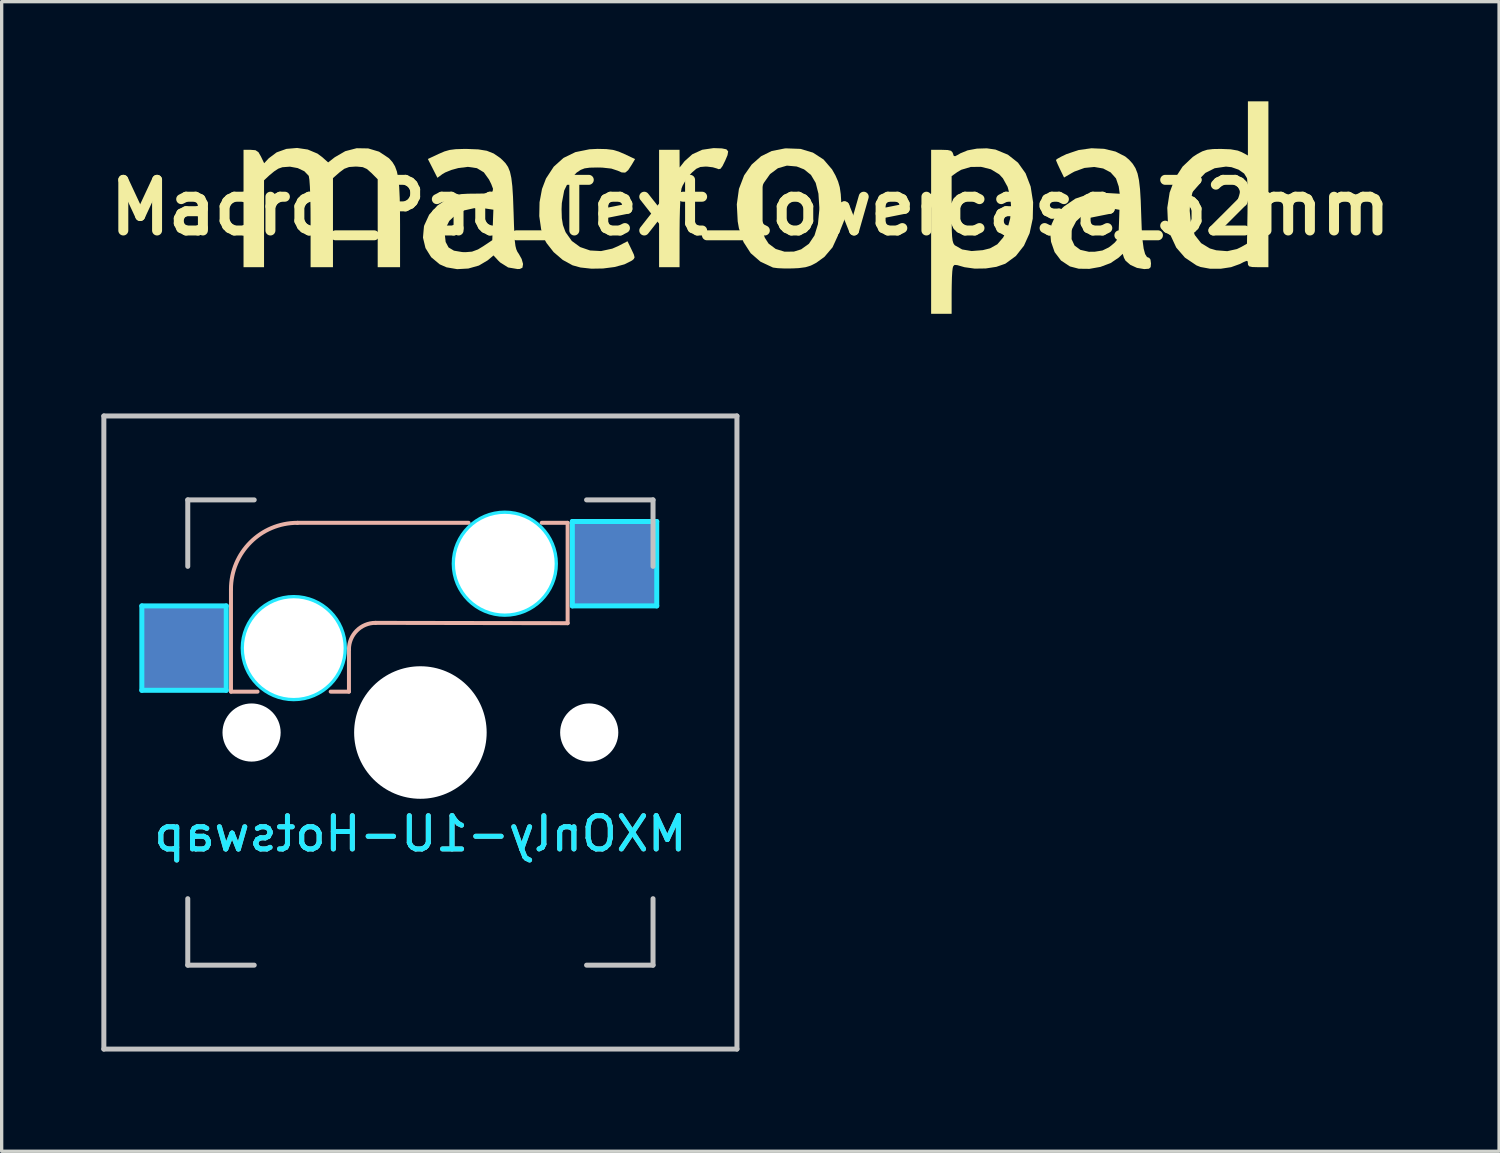
<source format=kicad_pcb>
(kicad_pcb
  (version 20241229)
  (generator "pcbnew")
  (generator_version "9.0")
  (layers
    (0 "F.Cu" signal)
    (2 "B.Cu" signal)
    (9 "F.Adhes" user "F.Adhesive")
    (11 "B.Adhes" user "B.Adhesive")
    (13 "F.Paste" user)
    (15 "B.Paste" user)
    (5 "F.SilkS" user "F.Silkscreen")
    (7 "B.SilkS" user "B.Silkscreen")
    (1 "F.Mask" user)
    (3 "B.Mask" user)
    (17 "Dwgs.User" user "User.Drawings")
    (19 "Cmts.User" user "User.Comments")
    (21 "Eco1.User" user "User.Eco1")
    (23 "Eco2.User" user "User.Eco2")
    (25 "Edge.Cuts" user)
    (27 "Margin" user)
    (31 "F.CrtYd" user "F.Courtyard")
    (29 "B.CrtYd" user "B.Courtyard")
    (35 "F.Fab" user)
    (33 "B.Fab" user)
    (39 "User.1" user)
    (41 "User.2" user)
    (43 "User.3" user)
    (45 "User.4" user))
  (footprint "MXOnly-1U-Hotswap"
    (layer "F.Cu")
    (at 9.6 18.992)
    (property "Reference" "MXOnly-1U-Hotswap" (at 0 3.048 0) (layer "B.CrtYd") (effects (font (size 1 1) (thickness 0.15)) (justify mirror)))
    (attr smd)
    (fp_line (start -5.7 -1.23) (end -5.7 -4.31) (stroke (width 0.12) (type solid)) (layer "B.SilkS"))
    (fp_line (start -5.7 -1.23) (end -4.9 -1.23) (stroke (width 0.12) (type solid)) (layer "B.SilkS"))
    (fp_line (start -3.7 -6.31) (end 1.45 -6.31) (stroke (width 0.12) (type solid)) (layer "B.SilkS"))
    (fp_line (start -2.15 -1.23) (end -2.7 -1.23) (stroke (width 0.12) (type solid)) (layer "B.SilkS"))
    (fp_line (start -2.15 -1.23) (end -2.15 -2.5) (stroke (width 0.12) (type solid)) (layer "B.SilkS"))
    (fp_line (start 4.43 -6.31) (end 3.65 -6.31) (stroke (width 0.12) (type solid)) (layer "B.SilkS"))
    (fp_line (start 4.43 -6.31) (end 4.43 -3.29) (stroke (width 0.12) (type solid)) (layer "B.SilkS"))
    (fp_line (start 4.43 -3.29) (end -1.35 -3.3) (stroke (width 0.12) (type solid)) (layer "B.SilkS"))
    (fp_arc (start -5.7 -4.31) (mid -5.114214 -5.724214) (end -3.7 -6.31) (stroke (width 0.12) (type solid)) (layer "B.SilkS"))
    (fp_arc (start -2.15 -2.5) (mid -1.915685 -3.065685) (end -1.35 -3.3) (stroke (width 0.12) (type solid)) (layer "B.SilkS"))
    (fp_line (start -9.525 -9.525) (end 9.525 -9.525) (stroke (width 0.15) (type solid)) (layer "Dwgs.User"))
    (fp_line (start -9.525 9.525) (end -9.525 -9.525) (stroke (width 0.15) (type solid)) (layer "Dwgs.User"))
    (fp_line (start -7 -7) (end -7 -5) (stroke (width 0.15) (type solid)) (layer "Dwgs.User"))
    (fp_line (start -7 5) (end -7 7) (stroke (width 0.15) (type solid)) (layer "Dwgs.User"))
    (fp_line (start -7 7) (end -5 7) (stroke (width 0.15) (type solid)) (layer "Dwgs.User"))
    (fp_line (start -5 -7) (end -7 -7) (stroke (width 0.15) (type solid)) (layer "Dwgs.User"))
    (fp_line (start 5 -7) (end 7 -7) (stroke (width 0.15) (type solid)) (layer "Dwgs.User"))
    (fp_line (start 5 7) (end 7 7) (stroke (width 0.15) (type solid)) (layer "Dwgs.User"))
    (fp_line (start 7 -7) (end 7 -5) (stroke (width 0.15) (type solid)) (layer "Dwgs.User"))
    (fp_line (start 7 7) (end 7 5) (stroke (width 0.15) (type solid)) (layer "Dwgs.User"))
    (fp_line (start 9.525 -9.525) (end 9.525 9.525) (stroke (width 0.15) (type solid)) (layer "Dwgs.User"))
    (fp_line (start 9.525 9.525) (end -9.525 9.525) (stroke (width 0.15) (type solid)) (layer "Dwgs.User"))
    (fp_line (start -8.382 -3.81) (end -8.382 -1.27) (stroke (width 0.15) (type solid)) (layer "B.CrtYd"))
    (fp_line (start -8.382 -1.27) (end -5.842 -1.27) (stroke (width 0.15) (type solid)) (layer "B.CrtYd"))
    (fp_line (start -5.842 -3.81) (end -8.382 -3.81) (stroke (width 0.15) (type solid)) (layer "B.CrtYd"))
    (fp_line (start -5.842 -1.27) (end -5.842 -3.81) (stroke (width 0.15) (type solid)) (layer "B.CrtYd"))
    (fp_line (start 4.572 -6.35) (end 7.112 -6.35) (stroke (width 0.15) (type solid)) (layer "B.CrtYd"))
    (fp_line (start 4.572 -3.81) (end 4.572 -6.35) (stroke (width 0.15) (type solid)) (layer "B.CrtYd"))
    (fp_line (start 7.112 -6.35) (end 7.112 -3.81) (stroke (width 0.15) (type solid)) (layer "B.CrtYd"))
    (fp_line (start 7.112 -3.81) (end 4.572 -3.81) (stroke (width 0.15) (type solid)) (layer "B.CrtYd"))
    (fp_circle (center -3.81 -2.54) (end -3.81 -4.064) (stroke (width 0.15) (type solid)) (fill no) (layer "B.CrtYd"))
    (fp_circle (center 2.54 -5.08) (end 2.54 -6.604) (stroke (width 0.15) (type solid)) (fill no) (layer "B.CrtYd"))
    (fp_text user "${REFERENCE}" (at 0 3.048 0) (layer "B.SilkS") (effects (font (size 1 1) (thickness 0.15)) (justify mirror)))
    (pad "" np_thru_hole circle (at -5.08 0 48.1) (size 1.75 1.75) (drill 1.75) (layers "*.Cu" "*.Mask"))
    (pad "" np_thru_hole circle (at -3.81 -2.54) (size 3 3) (drill 3) (layers "*.Cu" "*.Mask"))
    (pad "" np_thru_hole circle (at 0 0) (size 3.988 3.988) (drill 3.988) (layers "*.Cu" "*.Mask"))
    (pad "" np_thru_hole circle (at 2.54 -5.08) (size 3 3) (drill 3) (layers "*.Cu" "*.Mask"))
    (pad "" np_thru_hole circle (at 5.08 0 48.1) (size 1.75 1.75) (drill 1.75) (layers "*.Cu" "*.Mask"))
    (pad "1" smd rect (at -7.085 -2.54) (size 2.55 2.5) (layers "B.Cu" "B.Mask" "B.Paste"))
    (pad "2" smd rect (at 5.842 -5.08) (size 2.55 2.5) (layers "B.Cu" "B.Mask" "B.Paste")))
  (footprint "Macro_Pad_Text_lowercase_32mm"
    (layer "F.Cu")
    (at 19.529 3.196)
    (property "Reference" "Macro_Pad_Text_lowercase_32mm" (at 0 0 0) (layer "F.SilkS") (effects (font (size 1.524 1.524) (thickness 0.3))))
    (attr board_only exclude_from_pos_files exclude_from_bom)
    (fp_poly (pts (xy -1.093 -1.789) (xy -0.858 -1.781) (xy -0.721 -1.753) (xy -0.668 -1.69) (xy -0.688 -1.576) (xy -0.757 -1.413) (xy -0.839 -1.248) (xy -0.898 -1.168) (xy -0.956 -1.155) (xy -1.004 -1.175) (xy -1.13 -1.212) (xy -1.304 -1.233) (xy -1.351 -1.234) (xy -1.505 -1.221) (xy -1.626 -1.168) (xy -1.758 -1.054) (xy -1.8 -1.01) (xy -1.935 -0.84) (xy -2.04 -0.658) (xy -2.072 -0.575) (xy -2.09 -0.453) (xy -2.106 -0.241) (xy -2.119 0.04) (xy -2.127 0.368) (xy -2.13 0.715) (xy -2.131 1.794) (xy -2.747 1.794) (xy -2.747 -1.738) (xy -2.131 -1.738) (xy -2.13 -1.472) (xy -2.129 -1.206) (xy -1.98 -1.395) (xy -1.747 -1.604) (xy -1.448 -1.74) (xy -1.112 -1.789)) (stroke (width 0) (type solid)) (fill yes) (layer "F.SilkS"))
    (fp_poly (pts (xy -4.334 -1.76) (xy -4.136 -1.736) (xy -3.962 -1.685) (xy -3.795 -1.613) (xy -3.469 -1.46) (xy -3.571 -1.287) (xy -3.677 -1.125) (xy -3.767 -1.052) (xy -3.872 -1.057) (xy -3.987 -1.108) (xy -4.183 -1.173) (xy -4.458 -1.203) (xy -4.602 -1.206) (xy -4.832 -1.201) (xy -4.987 -1.18) (xy -5.104 -1.135) (xy -5.222 -1.057) (xy -5.227 -1.053) (xy -5.454 -0.817) (xy -5.602 -0.513) (xy -5.673 -0.135) (xy -5.681 0.05) (xy -5.673 0.32) (xy -5.64 0.524) (xy -5.574 0.707) (xy -5.556 0.747) (xy -5.373 1.005) (xy -5.122 1.188) (xy -4.822 1.291) (xy -4.494 1.309) (xy -4.156 1.236) (xy -3.981 1.16) (xy -3.697 1.013) (xy -3.576 1.263) (xy -3.506 1.413) (xy -3.484 1.498) (xy -3.51 1.55) (xy -3.563 1.594) (xy -3.789 1.708) (xy -4.089 1.789) (xy -4.432 1.833) (xy -4.784 1.839) (xy -5.113 1.803) (xy -5.351 1.737) (xy -5.646 1.575) (xy -5.92 1.34) (xy -6.132 1.069) (xy -6.17 1.002) (xy -6.295 0.658) (xy -6.352 0.259) (xy -6.344 -0.159) (xy -6.27 -0.56) (xy -6.15 -0.874) (xy -5.916 -1.231) (xy -5.623 -1.494) (xy -5.266 -1.668) (xy -4.842 -1.754) (xy -4.598 -1.766)) (stroke (width 0) (type solid)) (fill yes) (layer "F.SilkS"))
    (fp_poly (pts (xy -13.319 -1.747) (xy -13.026 -1.624) (xy -12.882 -1.517) (xy -12.705 -1.359) (xy -12.506 -1.514) (xy -12.19 -1.697) (xy -11.847 -1.786) (xy -11.5 -1.78) (xy -11.172 -1.682) (xy -10.884 -1.491) (xy -10.862 -1.471) (xy -10.768 -1.365) (xy -10.693 -1.241) (xy -10.636 -1.085) (xy -10.595 -0.882) (xy -10.567 -0.618) (xy -10.551 -0.281) (xy -10.543 0.144) (xy -10.541 0.515) (xy -10.541 1.794) (xy -11.214 1.794) (xy -11.214 -0.852) (xy -11.405 -1.043) (xy -11.539 -1.161) (xy -11.665 -1.217) (xy -11.837 -1.233) (xy -11.879 -1.234) (xy -12.076 -1.22) (xy -12.221 -1.166) (xy -12.362 -1.06) (xy -12.56 -0.886) (xy -12.56 1.794) (xy -13.233 1.794) (xy -13.233 0.473) (xy -13.235 0.038) (xy -13.242 -0.334) (xy -13.254 -0.629) (xy -13.269 -0.838) (xy -13.287 -0.948) (xy -13.29 -0.956) (xy -13.421 -1.093) (xy -13.621 -1.188) (xy -13.854 -1.231) (xy -14.082 -1.214) (xy -14.204 -1.171) (xy -14.329 -1.089) (xy -14.469 -0.974) (xy -14.48 -0.964) (xy -14.634 -0.82) (xy -14.634 1.794) (xy -15.251 1.794) (xy -15.251 -1.738) (xy -15.037 -1.738) (xy -14.891 -1.726) (xy -14.802 -1.667) (xy -14.727 -1.536) (xy -14.63 -1.334) (xy -14.492 -1.483) (xy -14.255 -1.661) (xy -13.961 -1.766) (xy -13.64 -1.794)) (stroke (width 0) (type solid)) (fill yes) (layer "F.SilkS"))
    (fp_poly (pts (xy 15.588 1.794) (xy 15.279 1.794) (xy 15.101 1.789) (xy 15.008 1.768) (xy 14.974 1.721) (xy 14.971 1.683) (xy 14.965 1.619) (xy 14.932 1.604) (xy 14.844 1.639) (xy 14.733 1.697) (xy 14.466 1.793) (xy 14.152 1.841) (xy 13.831 1.84) (xy 13.546 1.788) (xy 13.424 1.74) (xy 13.076 1.506) (xy 12.815 1.204) (xy 12.641 0.83) (xy 12.566 0.492) (xy 12.549 0.097) (xy 13.22 0.097) (xy 13.259 0.502) (xy 13.373 0.827) (xy 13.563 1.07) (xy 13.827 1.23) (xy 14.018 1.285) (xy 14.35 1.312) (xy 14.641 1.248) (xy 14.775 1.183) (xy 14.943 1.087) (xy 14.959 0.165) (xy 14.962 -0.154) (xy 14.962 -0.442) (xy 14.958 -0.676) (xy 14.95 -0.834) (xy 14.943 -0.885) (xy 14.857 -1.025) (xy 14.69 -1.141) (xy 14.476 -1.216) (xy 14.31 -1.233) (xy 13.972 -1.184) (xy 13.69 -1.042) (xy 13.468 -0.814) (xy 13.313 -0.507) (xy 13.232 -0.129) (xy 13.22 0.097) (xy 12.549 0.097) (xy 12.545 0.006) (xy 12.616 -0.453) (xy 12.772 -0.871) (xy 13.006 -1.233) (xy 13.312 -1.523) (xy 13.449 -1.613) (xy 13.601 -1.693) (xy 13.745 -1.74) (xy 13.92 -1.761) (xy 14.158 -1.765) (xy 14.454 -1.753) (xy 14.666 -1.715) (xy 14.789 -1.666) (xy 14.971 -1.567) (xy 14.971 -3.196) (xy 15.588 -3.196)) (stroke (width 0) (type solid)) (fill yes) (layer "F.SilkS"))
    (fp_poly (pts (xy 1.505 -1.766) (xy 1.882 -1.654) (xy 2.201 -1.448) (xy 2.457 -1.15) (xy 2.56 -0.968) (xy 2.639 -0.787) (xy 2.69 -0.612) (xy 2.72 -0.404) (xy 2.737 -0.126) (xy 2.738 -0.108) (xy 2.724 0.406) (xy 2.636 0.84) (xy 2.472 1.197) (xy 2.229 1.483) (xy 1.984 1.661) (xy 1.821 1.745) (xy 1.658 1.795) (xy 1.454 1.822) (xy 1.267 1.831) (xy 1.033 1.833) (xy 0.828 1.824) (xy 0.688 1.806) (xy 0.672 1.801) (xy 0.302 1.627) (xy 0.009 1.372) (xy -0.207 1.037) (xy -0.345 0.62) (xy -0.381 0.417) (xy -0.405 -0.041) (xy 0.256 -0.041) (xy 0.274 0.301) (xy 0.336 0.629) (xy 0.436 0.909) (xy 0.549 1.085) (xy 0.762 1.245) (xy 1.027 1.327) (xy 1.309 1.325) (xy 1.528 1.257) (xy 1.762 1.089) (xy 1.93 0.838) (xy 2.033 0.5) (xy 2.074 0.073) (xy 2.075 -0.004) (xy 2.048 -0.419) (xy 1.966 -0.742) (xy 1.823 -0.983) (xy 1.615 -1.15) (xy 1.394 -1.236) (xy 1.1 -1.262) (xy 0.829 -1.184) (xy 0.593 -1.008) (xy 0.405 -0.742) (xy 0.359 -0.645) (xy 0.283 -0.368) (xy 0.256 -0.041) (xy -0.405 -0.041) (xy -0.408 -0.097) (xy -0.344 -0.562) (xy -0.188 -0.969) (xy 0.04 -1.295) (xy 0.323 -1.545) (xy 0.645 -1.703) (xy 1.029 -1.778) (xy 1.072 -1.782)) (stroke (width 0) (type solid)) (fill yes) (layer "F.SilkS"))
    (fp_poly (pts (xy 7.377 -1.745) (xy 7.75 -1.591) (xy 8.053 -1.351) (xy 8.281 -1.031) (xy 8.434 -0.632) (xy 8.508 -0.159) (xy 8.508 -0.15) (xy 8.497 0.333) (xy 8.403 0.77) (xy 8.232 1.148) (xy 7.989 1.457) (xy 7.681 1.683) (xy 7.662 1.693) (xy 7.403 1.783) (xy 7.084 1.832) (xy 6.75 1.837) (xy 6.447 1.795) (xy 6.383 1.777) (xy 6.226 1.732) (xy 6.144 1.725) (xy 6.106 1.762) (xy 6.089 1.815) (xy 6.076 1.918) (xy 6.065 2.105) (xy 6.059 2.347) (xy 6.056 2.565) (xy 6.056 3.196) (xy 5.439 3.196) (xy 5.439 0.051) (xy 6.056 0.051) (xy 6.057 0.414) (xy 6.061 0.681) (xy 6.07 0.869) (xy 6.085 0.994) (xy 6.109 1.074) (xy 6.141 1.123) (xy 6.154 1.136) (xy 6.372 1.26) (xy 6.658 1.308) (xy 6.994 1.281) (xy 7.211 1.227) (xy 7.431 1.105) (xy 7.607 0.9) (xy 7.737 0.633) (xy 7.818 0.326) (xy 7.847 0.00005) (xy 7.822 -0.324) (xy 7.74 -0.624) (xy 7.599 -0.88) (xy 7.487 -1.001) (xy 7.237 -1.152) (xy 6.939 -1.226) (xy 6.63 -1.222) (xy 6.345 -1.137) (xy 6.229 -1.069) (xy 6.056 -0.946) (xy 6.056 0.051) (xy 5.439 0.051) (xy 5.439 -1.738) (xy 5.752 -1.738) (xy 5.937 -1.732) (xy 6.038 -1.708) (xy 6.085 -1.656) (xy 6.096 -1.626) (xy 6.119 -1.557) (xy 6.16 -1.545) (xy 6.251 -1.591) (xy 6.316 -1.631) (xy 6.537 -1.722) (xy 6.818 -1.774) (xy 7.115 -1.783)) (stroke (width 0) (type solid)) (fill yes) (layer "F.SilkS"))
    (fp_poly (pts (xy 10.642 -1.768) (xy 10.989 -1.685) (xy 11.28 -1.537) (xy 11.397 -1.439) (xy 11.505 -1.318) (xy 11.588 -1.186) (xy 11.65 -1.026) (xy 11.694 -0.821) (xy 11.725 -0.555) (xy 11.746 -0.209) (xy 11.76 0.196) (xy 11.776 0.641) (xy 11.801 0.984) (xy 11.834 1.233) (xy 11.878 1.398) (xy 11.935 1.488) (xy 12.001 1.514) (xy 12.039 1.563) (xy 12.055 1.68) (xy 12.055 1.682) (xy 12.045 1.792) (xy 11.994 1.84) (xy 11.868 1.85) (xy 11.845 1.85) (xy 11.633 1.815) (xy 11.436 1.725) (xy 11.29 1.6) (xy 11.242 1.513) (xy 11.204 1.392) (xy 11.083 1.506) (xy 10.84 1.67) (xy 10.534 1.785) (xy 10.202 1.844) (xy 9.881 1.84) (xy 9.616 1.771) (xy 9.347 1.593) (xy 9.155 1.34) (xy 9.047 1.028) (xy 9.04 0.95) (xy 9.666 0.95) (xy 9.755 1.143) (xy 9.93 1.272) (xy 10.184 1.33) (xy 10.36 1.329) (xy 10.595 1.291) (xy 10.784 1.199) (xy 10.864 1.139) (xy 10.968 1.05) (xy 11.032 0.971) (xy 11.066 0.87) (xy 11.082 0.715) (xy 11.09 0.518) (xy 11.106 0.067) (xy 10.878 0.028) (xy 10.566 0.019) (xy 10.268 0.088) (xy 10.007 0.222) (xy 9.804 0.411) (xy 9.683 0.64) (xy 9.669 0.7) (xy 9.666 0.95) (xy 9.04 0.95) (xy 9.027 0.808) (xy 9.062 0.509) (xy 9.177 0.254) (xy 9.385 0.013) (xy 9.439 -0.036) (xy 9.781 -0.269) (xy 10.172 -0.403) (xy 10.618 -0.442) (xy 10.718 -0.439) (xy 11.114 -0.416) (xy 11.084 -0.634) (xy 11.002 -0.877) (xy 10.84 -1.059) (xy 10.616 -1.176) (xy 10.348 -1.222) (xy 10.054 -1.193) (xy 9.751 -1.083) (xy 9.672 -1.04) (xy 9.439 -0.904) (xy 9.317 -1.154) (xy 9.247 -1.304) (xy 9.203 -1.409) (xy 9.196 -1.434) (xy 9.242 -1.471) (xy 9.364 -1.538) (xy 9.513 -1.609) (xy 9.879 -1.732) (xy 10.264 -1.785)) (stroke (width 0) (type solid)) (fill yes) (layer "F.SilkS"))
    (fp_poly (pts (xy -8.187 -1.751) (xy -7.93 -1.709) (xy -7.722 -1.626) (xy -7.533 -1.496) (xy -7.467 -1.437) (xy -7.368 -1.335) (xy -7.291 -1.221) (xy -7.234 -1.079) (xy -7.193 -0.893) (xy -7.163 -0.645) (xy -7.142 -0.32) (xy -7.127 0.1) (xy -7.125 0.15) (xy -7.113 0.526) (xy -7.101 0.807) (xy -7.087 1.01) (xy -7.069 1.154) (xy -7.044 1.254) (xy -7.011 1.329) (xy -6.967 1.395) (xy -6.882 1.547) (xy -6.841 1.693) (xy -6.841 1.708) (xy -6.859 1.81) (xy -6.936 1.847) (xy -7.005 1.85) (xy -7.289 1.802) (xy -7.529 1.651) (xy -7.588 1.593) (xy -7.729 1.44) (xy -7.903 1.587) (xy -8.168 1.744) (xy -8.486 1.834) (xy -8.823 1.853) (xy -9.143 1.798) (xy -9.346 1.709) (xy -9.605 1.493) (xy -9.776 1.218) (xy -9.851 0.905) (xy -9.842 0.793) (xy -9.196 0.793) (xy -9.169 1.036) (xy -9.081 1.2) (xy -8.919 1.297) (xy -8.669 1.339) (xy -8.571 1.342) (xy -8.376 1.326) (xy -8.197 1.26) (xy -8.038 1.163) (xy -7.766 0.981) (xy -7.75 0.522) (xy -7.733 0.064) (xy -7.983 0.026) (xy -8.31 0.018) (xy -8.61 0.085) (xy -8.866 0.217) (xy -9.06 0.402) (xy -9.173 0.629) (xy -9.196 0.793) (xy -9.842 0.793) (xy -9.822 0.571) (xy -9.813 0.536) (xy -9.666 0.215) (xy -9.417 -0.06) (xy -9.131 -0.253) (xy -8.98 -0.331) (xy -8.846 -0.38) (xy -8.695 -0.406) (xy -8.494 -0.417) (xy -8.285 -0.419) (xy -8.013 -0.423) (xy -7.841 -0.44) (xy -7.756 -0.484) (xy -7.744 -0.567) (xy -7.795 -0.703) (xy -7.864 -0.843) (xy -8.02 -1.06) (xy -8.229 -1.186) (xy -8.499 -1.225) (xy -8.788 -1.189) (xy -8.996 -1.132) (xy -9.181 -1.057) (xy -9.264 -1.009) (xy -9.417 -0.896) (xy -9.704 -1.462) (xy -9.38 -1.614) (xy -9.206 -1.689) (xy -9.049 -1.734) (xy -8.869 -1.757) (xy -8.63 -1.764) (xy -8.523 -1.764)) (stroke (width 0) (type solid)) (fill yes) (layer "F.SilkS")))
  (gr_rect
    (start -3 -3)
    (end 42.058 31.592)
    (stroke (width 0.1) (type default))
    (fill no)
    (layer "Edge.Cuts")))
</source>
